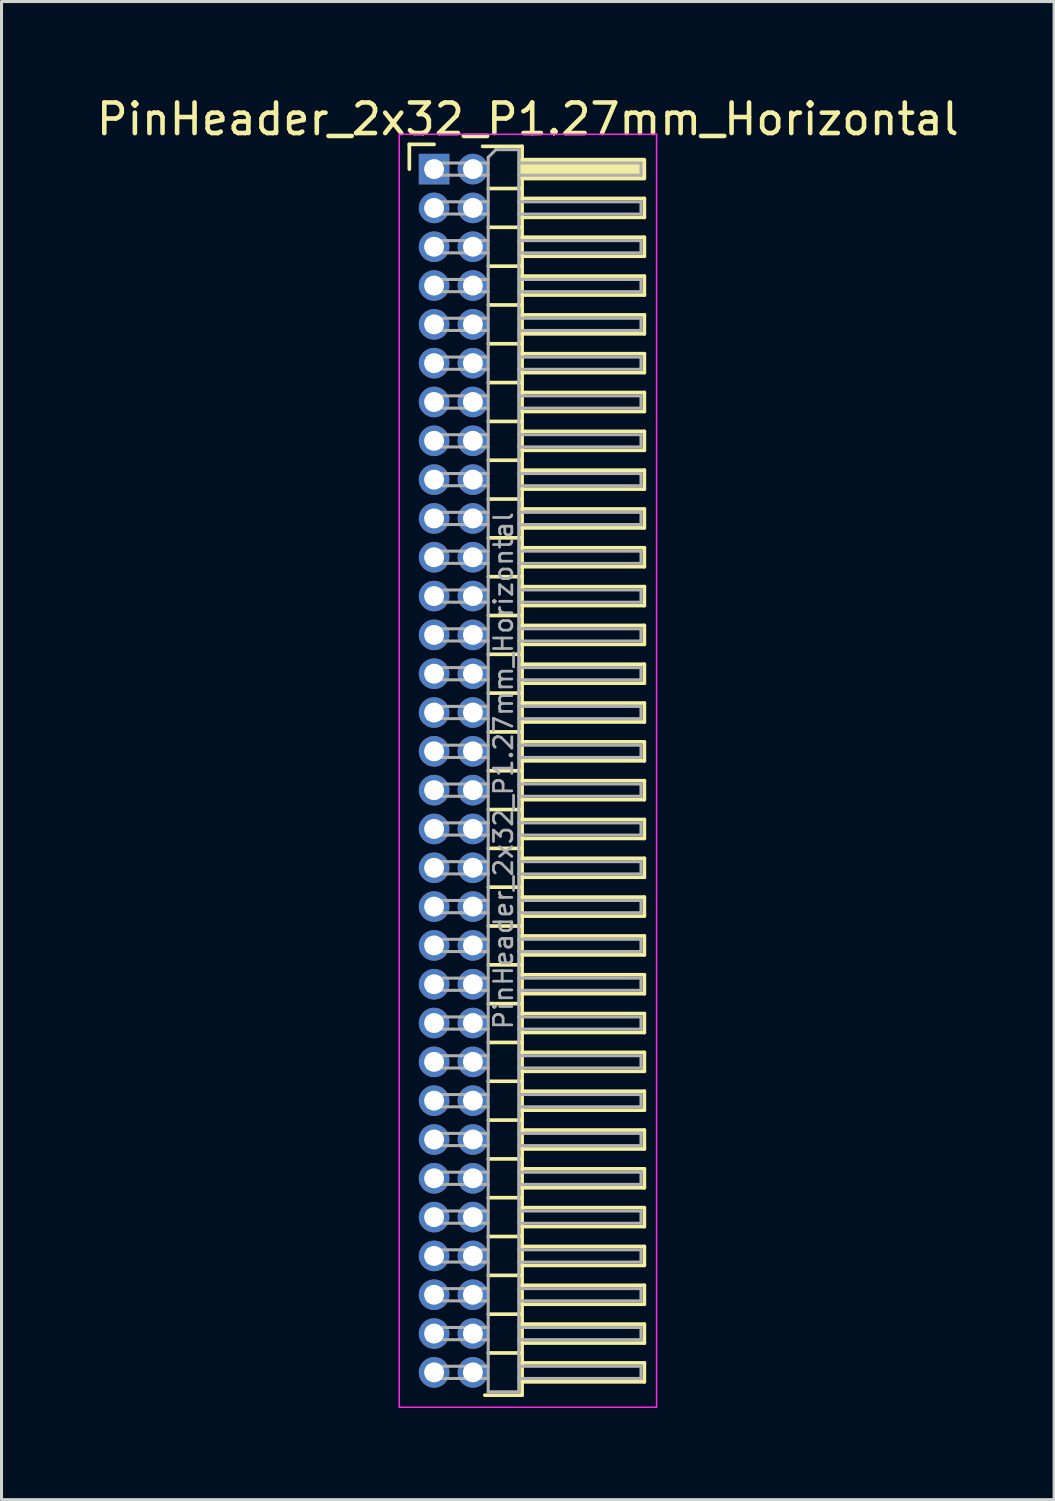
<source format=kicad_pcb>
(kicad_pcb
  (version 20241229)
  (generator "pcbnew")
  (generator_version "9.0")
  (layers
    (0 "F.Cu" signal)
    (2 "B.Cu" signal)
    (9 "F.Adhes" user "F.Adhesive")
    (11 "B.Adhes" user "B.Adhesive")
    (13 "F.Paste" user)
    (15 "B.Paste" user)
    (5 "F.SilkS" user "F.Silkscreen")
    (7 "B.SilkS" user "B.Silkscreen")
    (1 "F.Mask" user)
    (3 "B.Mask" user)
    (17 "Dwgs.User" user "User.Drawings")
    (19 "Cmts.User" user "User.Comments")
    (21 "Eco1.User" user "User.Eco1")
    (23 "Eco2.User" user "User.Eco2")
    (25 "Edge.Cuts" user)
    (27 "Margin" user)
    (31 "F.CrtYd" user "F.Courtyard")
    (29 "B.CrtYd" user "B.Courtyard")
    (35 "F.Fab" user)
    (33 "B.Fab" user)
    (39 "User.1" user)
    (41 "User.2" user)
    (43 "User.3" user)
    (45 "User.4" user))
  (footprint "PinHeader_2x32_P1.27mm_Horizontal"
    (layer "F.Cu")
    (at 11.153 2.483)
    (property "Reference" "PinHeader_2x32_P1.27mm_Horizontal" (at 3.067 -1.635 0) (layer "F.SilkS") (effects (font (size 1 1) (thickness 0.15))))
    (attr through_hole)
    (fp_line (start -0.81 -0.81) (end 0 -0.81) (stroke (width 0.12) (type solid)) (layer "F.SilkS"))
    (fp_line (start -0.81 0) (end -0.81 -0.81) (stroke (width 0.12) (type solid)) (layer "F.SilkS"))
    (fp_line (start 1.588 -0.745) (end 2.88 -0.745) (stroke (width 0.12) (type solid)) (layer "F.SilkS"))
    (fp_line (start 1.773 0.635) (end 2.88 0.635) (stroke (width 0.12) (type solid)) (layer "F.SilkS"))
    (fp_line (start 1.773 1.905) (end 2.88 1.905) (stroke (width 0.12) (type solid)) (layer "F.SilkS"))
    (fp_line (start 1.773 3.175) (end 2.88 3.175) (stroke (width 0.12) (type solid)) (layer "F.SilkS"))
    (fp_line (start 1.773 4.445) (end 2.88 4.445) (stroke (width 0.12) (type solid)) (layer "F.SilkS"))
    (fp_line (start 1.773 5.715) (end 2.88 5.715) (stroke (width 0.12) (type solid)) (layer "F.SilkS"))
    (fp_line (start 1.773 6.985) (end 2.88 6.985) (stroke (width 0.12) (type solid)) (layer "F.SilkS"))
    (fp_line (start 1.773 8.255) (end 2.88 8.255) (stroke (width 0.12) (type solid)) (layer "F.SilkS"))
    (fp_line (start 1.773 9.525) (end 2.88 9.525) (stroke (width 0.12) (type solid)) (layer "F.SilkS"))
    (fp_line (start 1.773 10.795) (end 2.88 10.795) (stroke (width 0.12) (type solid)) (layer "F.SilkS"))
    (fp_line (start 1.773 12.065) (end 2.88 12.065) (stroke (width 0.12) (type solid)) (layer "F.SilkS"))
    (fp_line (start 1.773 13.335) (end 2.88 13.335) (stroke (width 0.12) (type solid)) (layer "F.SilkS"))
    (fp_line (start 1.773 14.605) (end 2.88 14.605) (stroke (width 0.12) (type solid)) (layer "F.SilkS"))
    (fp_line (start 1.773 15.875) (end 2.88 15.875) (stroke (width 0.12) (type solid)) (layer "F.SilkS"))
    (fp_line (start 1.773 17.145) (end 2.88 17.145) (stroke (width 0.12) (type solid)) (layer "F.SilkS"))
    (fp_line (start 1.773 18.415) (end 2.88 18.415) (stroke (width 0.12) (type solid)) (layer "F.SilkS"))
    (fp_line (start 1.773 19.685) (end 2.88 19.685) (stroke (width 0.12) (type solid)) (layer "F.SilkS"))
    (fp_line (start 1.773 20.955) (end 2.88 20.955) (stroke (width 0.12) (type solid)) (layer "F.SilkS"))
    (fp_line (start 1.773 22.225) (end 2.88 22.225) (stroke (width 0.12) (type solid)) (layer "F.SilkS"))
    (fp_line (start 1.773 23.495) (end 2.88 23.495) (stroke (width 0.12) (type solid)) (layer "F.SilkS"))
    (fp_line (start 1.773 24.765) (end 2.88 24.765) (stroke (width 0.12) (type solid)) (layer "F.SilkS"))
    (fp_line (start 1.773 26.035) (end 2.88 26.035) (stroke (width 0.12) (type solid)) (layer "F.SilkS"))
    (fp_line (start 1.773 27.305) (end 2.88 27.305) (stroke (width 0.12) (type solid)) (layer "F.SilkS"))
    (fp_line (start 1.773 28.575) (end 2.88 28.575) (stroke (width 0.12) (type solid)) (layer "F.SilkS"))
    (fp_line (start 1.773 29.845) (end 2.88 29.845) (stroke (width 0.12) (type solid)) (layer "F.SilkS"))
    (fp_line (start 1.773 31.115) (end 2.88 31.115) (stroke (width 0.12) (type solid)) (layer "F.SilkS"))
    (fp_line (start 1.773 32.385) (end 2.88 32.385) (stroke (width 0.12) (type solid)) (layer "F.SilkS"))
    (fp_line (start 1.773 33.655) (end 2.88 33.655) (stroke (width 0.12) (type solid)) (layer "F.SilkS"))
    (fp_line (start 1.773 34.925) (end 2.88 34.925) (stroke (width 0.12) (type solid)) (layer "F.SilkS"))
    (fp_line (start 1.773 36.195) (end 2.88 36.195) (stroke (width 0.12) (type solid)) (layer "F.SilkS"))
    (fp_line (start 1.773 37.465) (end 2.88 37.465) (stroke (width 0.12) (type solid)) (layer "F.SilkS"))
    (fp_line (start 1.773 38.735) (end 2.88 38.735) (stroke (width 0.12) (type solid)) (layer "F.SilkS"))
    (fp_line (start 2.88 -0.745) (end 2.88 40.115) (stroke (width 0.12) (type solid)) (layer "F.SilkS"))
    (fp_line (start 2.88 0.96) (end 6.88 0.96) (stroke (width 0.12) (type solid)) (layer "F.SilkS"))
    (fp_line (start 2.88 2.23) (end 6.88 2.23) (stroke (width 0.12) (type solid)) (layer "F.SilkS"))
    (fp_line (start 2.88 3.5) (end 6.88 3.5) (stroke (width 0.12) (type solid)) (layer "F.SilkS"))
    (fp_line (start 2.88 4.77) (end 6.88 4.77) (stroke (width 0.12) (type solid)) (layer "F.SilkS"))
    (fp_line (start 2.88 6.04) (end 6.88 6.04) (stroke (width 0.12) (type solid)) (layer "F.SilkS"))
    (fp_line (start 2.88 7.31) (end 6.88 7.31) (stroke (width 0.12) (type solid)) (layer "F.SilkS"))
    (fp_line (start 2.88 8.58) (end 6.88 8.58) (stroke (width 0.12) (type solid)) (layer "F.SilkS"))
    (fp_line (start 2.88 9.85) (end 6.88 9.85) (stroke (width 0.12) (type solid)) (layer "F.SilkS"))
    (fp_line (start 2.88 11.12) (end 6.88 11.12) (stroke (width 0.12) (type solid)) (layer "F.SilkS"))
    (fp_line (start 2.88 12.39) (end 6.88 12.39) (stroke (width 0.12) (type solid)) (layer "F.SilkS"))
    (fp_line (start 2.88 13.66) (end 6.88 13.66) (stroke (width 0.12) (type solid)) (layer "F.SilkS"))
    (fp_line (start 2.88 14.93) (end 6.88 14.93) (stroke (width 0.12) (type solid)) (layer "F.SilkS"))
    (fp_line (start 2.88 16.2) (end 6.88 16.2) (stroke (width 0.12) (type solid)) (layer "F.SilkS"))
    (fp_line (start 2.88 17.47) (end 6.88 17.47) (stroke (width 0.12) (type solid)) (layer "F.SilkS"))
    (fp_line (start 2.88 18.74) (end 6.88 18.74) (stroke (width 0.12) (type solid)) (layer "F.SilkS"))
    (fp_line (start 2.88 20.01) (end 6.88 20.01) (stroke (width 0.12) (type solid)) (layer "F.SilkS"))
    (fp_line (start 2.88 21.28) (end 6.88 21.28) (stroke (width 0.12) (type solid)) (layer "F.SilkS"))
    (fp_line (start 2.88 22.55) (end 6.88 22.55) (stroke (width 0.12) (type solid)) (layer "F.SilkS"))
    (fp_line (start 2.88 23.82) (end 6.88 23.82) (stroke (width 0.12) (type solid)) (layer "F.SilkS"))
    (fp_line (start 2.88 25.09) (end 6.88 25.09) (stroke (width 0.12) (type solid)) (layer "F.SilkS"))
    (fp_line (start 2.88 26.36) (end 6.88 26.36) (stroke (width 0.12) (type solid)) (layer "F.SilkS"))
    (fp_line (start 2.88 27.63) (end 6.88 27.63) (stroke (width 0.12) (type solid)) (layer "F.SilkS"))
    (fp_line (start 2.88 28.9) (end 6.88 28.9) (stroke (width 0.12) (type solid)) (layer "F.SilkS"))
    (fp_line (start 2.88 30.17) (end 6.88 30.17) (stroke (width 0.12) (type solid)) (layer "F.SilkS"))
    (fp_line (start 2.88 31.44) (end 6.88 31.44) (stroke (width 0.12) (type solid)) (layer "F.SilkS"))
    (fp_line (start 2.88 32.71) (end 6.88 32.71) (stroke (width 0.12) (type solid)) (layer "F.SilkS"))
    (fp_line (start 2.88 33.98) (end 6.88 33.98) (stroke (width 0.12) (type solid)) (layer "F.SilkS"))
    (fp_line (start 2.88 35.25) (end 6.88 35.25) (stroke (width 0.12) (type solid)) (layer "F.SilkS"))
    (fp_line (start 2.88 36.52) (end 6.88 36.52) (stroke (width 0.12) (type solid)) (layer "F.SilkS"))
    (fp_line (start 2.88 37.79) (end 6.88 37.79) (stroke (width 0.12) (type solid)) (layer "F.SilkS"))
    (fp_line (start 2.88 39.06) (end 6.88 39.06) (stroke (width 0.12) (type solid)) (layer "F.SilkS"))
    (fp_line (start 2.88 40.115) (end 1.66 40.115) (stroke (width 0.12) (type solid)) (layer "F.SilkS"))
    (fp_line (start 6.88 0.96) (end 6.88 1.58) (stroke (width 0.12) (type solid)) (layer "F.SilkS"))
    (fp_line (start 6.88 1.58) (end 2.88 1.58) (stroke (width 0.12) (type solid)) (layer "F.SilkS"))
    (fp_line (start 6.88 2.23) (end 6.88 2.85) (stroke (width 0.12) (type solid)) (layer "F.SilkS"))
    (fp_line (start 6.88 2.85) (end 2.88 2.85) (stroke (width 0.12) (type solid)) (layer "F.SilkS"))
    (fp_line (start 6.88 3.5) (end 6.88 4.12) (stroke (width 0.12) (type solid)) (layer "F.SilkS"))
    (fp_line (start 6.88 4.12) (end 2.88 4.12) (stroke (width 0.12) (type solid)) (layer "F.SilkS"))
    (fp_line (start 6.88 4.77) (end 6.88 5.39) (stroke (width 0.12) (type solid)) (layer "F.SilkS"))
    (fp_line (start 6.88 5.39) (end 2.88 5.39) (stroke (width 0.12) (type solid)) (layer "F.SilkS"))
    (fp_line (start 6.88 6.04) (end 6.88 6.66) (stroke (width 0.12) (type solid)) (layer "F.SilkS"))
    (fp_line (start 6.88 6.66) (end 2.88 6.66) (stroke (width 0.12) (type solid)) (layer "F.SilkS"))
    (fp_line (start 6.88 7.31) (end 6.88 7.93) (stroke (width 0.12) (type solid)) (layer "F.SilkS"))
    (fp_line (start 6.88 7.93) (end 2.88 7.93) (stroke (width 0.12) (type solid)) (layer "F.SilkS"))
    (fp_line (start 6.88 8.58) (end 6.88 9.2) (stroke (width 0.12) (type solid)) (layer "F.SilkS"))
    (fp_line (start 6.88 9.2) (end 2.88 9.2) (stroke (width 0.12) (type solid)) (layer "F.SilkS"))
    (fp_line (start 6.88 9.85) (end 6.88 10.47) (stroke (width 0.12) (type solid)) (layer "F.SilkS"))
    (fp_line (start 6.88 10.47) (end 2.88 10.47) (stroke (width 0.12) (type solid)) (layer "F.SilkS"))
    (fp_line (start 6.88 11.12) (end 6.88 11.74) (stroke (width 0.12) (type solid)) (layer "F.SilkS"))
    (fp_line (start 6.88 11.74) (end 2.88 11.74) (stroke (width 0.12) (type solid)) (layer "F.SilkS"))
    (fp_line (start 6.88 12.39) (end 6.88 13.01) (stroke (width 0.12) (type solid)) (layer "F.SilkS"))
    (fp_line (start 6.88 13.01) (end 2.88 13.01) (stroke (width 0.12) (type solid)) (layer "F.SilkS"))
    (fp_line (start 6.88 13.66) (end 6.88 14.28) (stroke (width 0.12) (type solid)) (layer "F.SilkS"))
    (fp_line (start 6.88 14.28) (end 2.88 14.28) (stroke (width 0.12) (type solid)) (layer "F.SilkS"))
    (fp_line (start 6.88 14.93) (end 6.88 15.55) (stroke (width 0.12) (type solid)) (layer "F.SilkS"))
    (fp_line (start 6.88 15.55) (end 2.88 15.55) (stroke (width 0.12) (type solid)) (layer "F.SilkS"))
    (fp_line (start 6.88 16.2) (end 6.88 16.82) (stroke (width 0.12) (type solid)) (layer "F.SilkS"))
    (fp_line (start 6.88 16.82) (end 2.88 16.82) (stroke (width 0.12) (type solid)) (layer "F.SilkS"))
    (fp_line (start 6.88 17.47) (end 6.88 18.09) (stroke (width 0.12) (type solid)) (layer "F.SilkS"))
    (fp_line (start 6.88 18.09) (end 2.88 18.09) (stroke (width 0.12) (type solid)) (layer "F.SilkS"))
    (fp_line (start 6.88 18.74) (end 6.88 19.36) (stroke (width 0.12) (type solid)) (layer "F.SilkS"))
    (fp_line (start 6.88 19.36) (end 2.88 19.36) (stroke (width 0.12) (type solid)) (layer "F.SilkS"))
    (fp_line (start 6.88 20.01) (end 6.88 20.63) (stroke (width 0.12) (type solid)) (layer "F.SilkS"))
    (fp_line (start 6.88 20.63) (end 2.88 20.63) (stroke (width 0.12) (type solid)) (layer "F.SilkS"))
    (fp_line (start 6.88 21.28) (end 6.88 21.9) (stroke (width 0.12) (type solid)) (layer "F.SilkS"))
    (fp_line (start 6.88 21.9) (end 2.88 21.9) (stroke (width 0.12) (type solid)) (layer "F.SilkS"))
    (fp_line (start 6.88 22.55) (end 6.88 23.17) (stroke (width 0.12) (type solid)) (layer "F.SilkS"))
    (fp_line (start 6.88 23.17) (end 2.88 23.17) (stroke (width 0.12) (type solid)) (layer "F.SilkS"))
    (fp_line (start 6.88 23.82) (end 6.88 24.44) (stroke (width 0.12) (type solid)) (layer "F.SilkS"))
    (fp_line (start 6.88 24.44) (end 2.88 24.44) (stroke (width 0.12) (type solid)) (layer "F.SilkS"))
    (fp_line (start 6.88 25.09) (end 6.88 25.71) (stroke (width 0.12) (type solid)) (layer "F.SilkS"))
    (fp_line (start 6.88 25.71) (end 2.88 25.71) (stroke (width 0.12) (type solid)) (layer "F.SilkS"))
    (fp_line (start 6.88 26.36) (end 6.88 26.98) (stroke (width 0.12) (type solid)) (layer "F.SilkS"))
    (fp_line (start 6.88 26.98) (end 2.88 26.98) (stroke (width 0.12) (type solid)) (layer "F.SilkS"))
    (fp_line (start 6.88 27.63) (end 6.88 28.25) (stroke (width 0.12) (type solid)) (layer "F.SilkS"))
    (fp_line (start 6.88 28.25) (end 2.88 28.25) (stroke (width 0.12) (type solid)) (layer "F.SilkS"))
    (fp_line (start 6.88 28.9) (end 6.88 29.52) (stroke (width 0.12) (type solid)) (layer "F.SilkS"))
    (fp_line (start 6.88 29.52) (end 2.88 29.52) (stroke (width 0.12) (type solid)) (layer "F.SilkS"))
    (fp_line (start 6.88 30.17) (end 6.88 30.79) (stroke (width 0.12) (type solid)) (layer "F.SilkS"))
    (fp_line (start 6.88 30.79) (end 2.88 30.79) (stroke (width 0.12) (type solid)) (layer "F.SilkS"))
    (fp_line (start 6.88 31.44) (end 6.88 32.06) (stroke (width 0.12) (type solid)) (layer "F.SilkS"))
    (fp_line (start 6.88 32.06) (end 2.88 32.06) (stroke (width 0.12) (type solid)) (layer "F.SilkS"))
    (fp_line (start 6.88 32.71) (end 6.88 33.33) (stroke (width 0.12) (type solid)) (layer "F.SilkS"))
    (fp_line (start 6.88 33.33) (end 2.88 33.33) (stroke (width 0.12) (type solid)) (layer "F.SilkS"))
    (fp_line (start 6.88 33.98) (end 6.88 34.6) (stroke (width 0.12) (type solid)) (layer "F.SilkS"))
    (fp_line (start 6.88 34.6) (end 2.88 34.6) (stroke (width 0.12) (type solid)) (layer "F.SilkS"))
    (fp_line (start 6.88 35.25) (end 6.88 35.87) (stroke (width 0.12) (type solid)) (layer "F.SilkS"))
    (fp_line (start 6.88 35.87) (end 2.88 35.87) (stroke (width 0.12) (type solid)) (layer "F.SilkS"))
    (fp_line (start 6.88 36.52) (end 6.88 37.14) (stroke (width 0.12) (type solid)) (layer "F.SilkS"))
    (fp_line (start 6.88 37.14) (end 2.88 37.14) (stroke (width 0.12) (type solid)) (layer "F.SilkS"))
    (fp_line (start 6.88 37.79) (end 6.88 38.41) (stroke (width 0.12) (type solid)) (layer "F.SilkS"))
    (fp_line (start 6.88 38.41) (end 2.88 38.41) (stroke (width 0.12) (type solid)) (layer "F.SilkS"))
    (fp_line (start 6.88 39.06) (end 6.88 39.68) (stroke (width 0.12) (type solid)) (layer "F.SilkS"))
    (fp_line (start 6.88 39.68) (end 2.88 39.68) (stroke (width 0.12) (type solid)) (layer "F.SilkS"))
    (fp_rect (start 2.88 -0.31) (end 6.88 0.31) (stroke (width 0.12) (type solid)) (fill yes) (layer "F.SilkS"))
    (fp_line (start -1.14 -1.14) (end -1.14 40.51) (stroke (width 0.05) (type solid)) (layer "F.CrtYd"))
    (fp_line (start -1.14 40.51) (end 7.28 40.51) (stroke (width 0.05) (type solid)) (layer "F.CrtYd"))
    (fp_line (start 7.28 -1.14) (end -1.14 -1.14) (stroke (width 0.05) (type solid)) (layer "F.CrtYd"))
    (fp_line (start 7.28 40.51) (end 7.28 -1.14) (stroke (width 0.05) (type solid)) (layer "F.CrtYd"))
    (fp_line (start -0.2 -0.2) (end -0.2 0.2) (stroke (width 0.1) (type solid)) (layer "F.Fab"))
    (fp_line (start -0.2 -0.2) (end 1.77 -0.2) (stroke (width 0.1) (type solid)) (layer "F.Fab"))
    (fp_line (start -0.2 0.2) (end 1.77 0.2) (stroke (width 0.1) (type solid)) (layer "F.Fab"))
    (fp_line (start -0.2 1.07) (end -0.2 1.47) (stroke (width 0.1) (type solid)) (layer "F.Fab"))
    (fp_line (start -0.2 1.07) (end 1.77 1.07) (stroke (width 0.1) (type solid)) (layer "F.Fab"))
    (fp_line (start -0.2 1.47) (end 1.77 1.47) (stroke (width 0.1) (type solid)) (layer "F.Fab"))
    (fp_line (start -0.2 2.34) (end -0.2 2.74) (stroke (width 0.1) (type solid)) (layer "F.Fab"))
    (fp_line (start -0.2 2.34) (end 1.77 2.34) (stroke (width 0.1) (type solid)) (layer "F.Fab"))
    (fp_line (start -0.2 2.74) (end 1.77 2.74) (stroke (width 0.1) (type solid)) (layer "F.Fab"))
    (fp_line (start -0.2 3.61) (end -0.2 4.01) (stroke (width 0.1) (type solid)) (layer "F.Fab"))
    (fp_line (start -0.2 3.61) (end 1.77 3.61) (stroke (width 0.1) (type solid)) (layer "F.Fab"))
    (fp_line (start -0.2 4.01) (end 1.77 4.01) (stroke (width 0.1) (type solid)) (layer "F.Fab"))
    (fp_line (start -0.2 4.88) (end -0.2 5.28) (stroke (width 0.1) (type solid)) (layer "F.Fab"))
    (fp_line (start -0.2 4.88) (end 1.77 4.88) (stroke (width 0.1) (type solid)) (layer "F.Fab"))
    (fp_line (start -0.2 5.28) (end 1.77 5.28) (stroke (width 0.1) (type solid)) (layer "F.Fab"))
    (fp_line (start -0.2 6.15) (end -0.2 6.55) (stroke (width 0.1) (type solid)) (layer "F.Fab"))
    (fp_line (start -0.2 6.15) (end 1.77 6.15) (stroke (width 0.1) (type solid)) (layer "F.Fab"))
    (fp_line (start -0.2 6.55) (end 1.77 6.55) (stroke (width 0.1) (type solid)) (layer "F.Fab"))
    (fp_line (start -0.2 7.42) (end -0.2 7.82) (stroke (width 0.1) (type solid)) (layer "F.Fab"))
    (fp_line (start -0.2 7.42) (end 1.77 7.42) (stroke (width 0.1) (type solid)) (layer "F.Fab"))
    (fp_line (start -0.2 7.82) (end 1.77 7.82) (stroke (width 0.1) (type solid)) (layer "F.Fab"))
    (fp_line (start -0.2 8.69) (end -0.2 9.09) (stroke (width 0.1) (type solid)) (layer "F.Fab"))
    (fp_line (start -0.2 8.69) (end 1.77 8.69) (stroke (width 0.1) (type solid)) (layer "F.Fab"))
    (fp_line (start -0.2 9.09) (end 1.77 9.09) (stroke (width 0.1) (type solid)) (layer "F.Fab"))
    (fp_line (start -0.2 9.96) (end -0.2 10.36) (stroke (width 0.1) (type solid)) (layer "F.Fab"))
    (fp_line (start -0.2 9.96) (end 1.77 9.96) (stroke (width 0.1) (type solid)) (layer "F.Fab"))
    (fp_line (start -0.2 10.36) (end 1.77 10.36) (stroke (width 0.1) (type solid)) (layer "F.Fab"))
    (fp_line (start -0.2 11.23) (end -0.2 11.63) (stroke (width 0.1) (type solid)) (layer "F.Fab"))
    (fp_line (start -0.2 11.23) (end 1.77 11.23) (stroke (width 0.1) (type solid)) (layer "F.Fab"))
    (fp_line (start -0.2 11.63) (end 1.77 11.63) (stroke (width 0.1) (type solid)) (layer "F.Fab"))
    (fp_line (start -0.2 12.5) (end -0.2 12.9) (stroke (width 0.1) (type solid)) (layer "F.Fab"))
    (fp_line (start -0.2 12.5) (end 1.77 12.5) (stroke (width 0.1) (type solid)) (layer "F.Fab"))
    (fp_line (start -0.2 12.9) (end 1.77 12.9) (stroke (width 0.1) (type solid)) (layer "F.Fab"))
    (fp_line (start -0.2 13.77) (end -0.2 14.17) (stroke (width 0.1) (type solid)) (layer "F.Fab"))
    (fp_line (start -0.2 13.77) (end 1.77 13.77) (stroke (width 0.1) (type solid)) (layer "F.Fab"))
    (fp_line (start -0.2 14.17) (end 1.77 14.17) (stroke (width 0.1) (type solid)) (layer "F.Fab"))
    (fp_line (start -0.2 15.04) (end -0.2 15.44) (stroke (width 0.1) (type solid)) (layer "F.Fab"))
    (fp_line (start -0.2 15.04) (end 1.77 15.04) (stroke (width 0.1) (type solid)) (layer "F.Fab"))
    (fp_line (start -0.2 15.44) (end 1.77 15.44) (stroke (width 0.1) (type solid)) (layer "F.Fab"))
    (fp_line (start -0.2 16.31) (end -0.2 16.71) (stroke (width 0.1) (type solid)) (layer "F.Fab"))
    (fp_line (start -0.2 16.31) (end 1.77 16.31) (stroke (width 0.1) (type solid)) (layer "F.Fab"))
    (fp_line (start -0.2 16.71) (end 1.77 16.71) (stroke (width 0.1) (type solid)) (layer "F.Fab"))
    (fp_line (start -0.2 17.58) (end -0.2 17.98) (stroke (width 0.1) (type solid)) (layer "F.Fab"))
    (fp_line (start -0.2 17.58) (end 1.77 17.58) (stroke (width 0.1) (type solid)) (layer "F.Fab"))
    (fp_line (start -0.2 17.98) (end 1.77 17.98) (stroke (width 0.1) (type solid)) (layer "F.Fab"))
    (fp_line (start -0.2 18.85) (end -0.2 19.25) (stroke (width 0.1) (type solid)) (layer "F.Fab"))
    (fp_line (start -0.2 18.85) (end 1.77 18.85) (stroke (width 0.1) (type solid)) (layer "F.Fab"))
    (fp_line (start -0.2 19.25) (end 1.77 19.25) (stroke (width 0.1) (type solid)) (layer "F.Fab"))
    (fp_line (start -0.2 20.12) (end -0.2 20.52) (stroke (width 0.1) (type solid)) (layer "F.Fab"))
    (fp_line (start -0.2 20.12) (end 1.77 20.12) (stroke (width 0.1) (type solid)) (layer "F.Fab"))
    (fp_line (start -0.2 20.52) (end 1.77 20.52) (stroke (width 0.1) (type solid)) (layer "F.Fab"))
    (fp_line (start -0.2 21.39) (end -0.2 21.79) (stroke (width 0.1) (type solid)) (layer "F.Fab"))
    (fp_line (start -0.2 21.39) (end 1.77 21.39) (stroke (width 0.1) (type solid)) (layer "F.Fab"))
    (fp_line (start -0.2 21.79) (end 1.77 21.79) (stroke (width 0.1) (type solid)) (layer "F.Fab"))
    (fp_line (start -0.2 22.66) (end -0.2 23.06) (stroke (width 0.1) (type solid)) (layer "F.Fab"))
    (fp_line (start -0.2 22.66) (end 1.77 22.66) (stroke (width 0.1) (type solid)) (layer "F.Fab"))
    (fp_line (start -0.2 23.06) (end 1.77 23.06) (stroke (width 0.1) (type solid)) (layer "F.Fab"))
    (fp_line (start -0.2 23.93) (end -0.2 24.33) (stroke (width 0.1) (type solid)) (layer "F.Fab"))
    (fp_line (start -0.2 23.93) (end 1.77 23.93) (stroke (width 0.1) (type solid)) (layer "F.Fab"))
    (fp_line (start -0.2 24.33) (end 1.77 24.33) (stroke (width 0.1) (type solid)) (layer "F.Fab"))
    (fp_line (start -0.2 25.2) (end -0.2 25.6) (stroke (width 0.1) (type solid)) (layer "F.Fab"))
    (fp_line (start -0.2 25.2) (end 1.77 25.2) (stroke (width 0.1) (type solid)) (layer "F.Fab"))
    (fp_line (start -0.2 25.6) (end 1.77 25.6) (stroke (width 0.1) (type solid)) (layer "F.Fab"))
    (fp_line (start -0.2 26.47) (end -0.2 26.87) (stroke (width 0.1) (type solid)) (layer "F.Fab"))
    (fp_line (start -0.2 26.47) (end 1.77 26.47) (stroke (width 0.1) (type solid)) (layer "F.Fab"))
    (fp_line (start -0.2 26.87) (end 1.77 26.87) (stroke (width 0.1) (type solid)) (layer "F.Fab"))
    (fp_line (start -0.2 27.74) (end -0.2 28.14) (stroke (width 0.1) (type solid)) (layer "F.Fab"))
    (fp_line (start -0.2 27.74) (end 1.77 27.74) (stroke (width 0.1) (type solid)) (layer "F.Fab"))
    (fp_line (start -0.2 28.14) (end 1.77 28.14) (stroke (width 0.1) (type solid)) (layer "F.Fab"))
    (fp_line (start -0.2 29.01) (end -0.2 29.41) (stroke (width 0.1) (type solid)) (layer "F.Fab"))
    (fp_line (start -0.2 29.01) (end 1.77 29.01) (stroke (width 0.1) (type solid)) (layer "F.Fab"))
    (fp_line (start -0.2 29.41) (end 1.77 29.41) (stroke (width 0.1) (type solid)) (layer "F.Fab"))
    (fp_line (start -0.2 30.28) (end -0.2 30.68) (stroke (width 0.1) (type solid)) (layer "F.Fab"))
    (fp_line (start -0.2 30.28) (end 1.77 30.28) (stroke (width 0.1) (type solid)) (layer "F.Fab"))
    (fp_line (start -0.2 30.68) (end 1.77 30.68) (stroke (width 0.1) (type solid)) (layer "F.Fab"))
    (fp_line (start -0.2 31.55) (end -0.2 31.95) (stroke (width 0.1) (type solid)) (layer "F.Fab"))
    (fp_line (start -0.2 31.55) (end 1.77 31.55) (stroke (width 0.1) (type solid)) (layer "F.Fab"))
    (fp_line (start -0.2 31.95) (end 1.77 31.95) (stroke (width 0.1) (type solid)) (layer "F.Fab"))
    (fp_line (start -0.2 32.82) (end -0.2 33.22) (stroke (width 0.1) (type solid)) (layer "F.Fab"))
    (fp_line (start -0.2 32.82) (end 1.77 32.82) (stroke (width 0.1) (type solid)) (layer "F.Fab"))
    (fp_line (start -0.2 33.22) (end 1.77 33.22) (stroke (width 0.1) (type solid)) (layer "F.Fab"))
    (fp_line (start -0.2 34.09) (end -0.2 34.49) (stroke (width 0.1) (type solid)) (layer "F.Fab"))
    (fp_line (start -0.2 34.09) (end 1.77 34.09) (stroke (width 0.1) (type solid)) (layer "F.Fab"))
    (fp_line (start -0.2 34.49) (end 1.77 34.49) (stroke (width 0.1) (type solid)) (layer "F.Fab"))
    (fp_line (start -0.2 35.36) (end -0.2 35.76) (stroke (width 0.1) (type solid)) (layer "F.Fab"))
    (fp_line (start -0.2 35.36) (end 1.77 35.36) (stroke (width 0.1) (type solid)) (layer "F.Fab"))
    (fp_line (start -0.2 35.76) (end 1.77 35.76) (stroke (width 0.1) (type solid)) (layer "F.Fab"))
    (fp_line (start -0.2 36.63) (end -0.2 37.03) (stroke (width 0.1) (type solid)) (layer "F.Fab"))
    (fp_line (start -0.2 36.63) (end 1.77 36.63) (stroke (width 0.1) (type solid)) (layer "F.Fab"))
    (fp_line (start -0.2 37.03) (end 1.77 37.03) (stroke (width 0.1) (type solid)) (layer "F.Fab"))
    (fp_line (start -0.2 37.9) (end -0.2 38.3) (stroke (width 0.1) (type solid)) (layer "F.Fab"))
    (fp_line (start -0.2 37.9) (end 1.77 37.9) (stroke (width 0.1) (type solid)) (layer "F.Fab"))
    (fp_line (start -0.2 38.3) (end 1.77 38.3) (stroke (width 0.1) (type solid)) (layer "F.Fab"))
    (fp_line (start -0.2 39.17) (end -0.2 39.57) (stroke (width 0.1) (type solid)) (layer "F.Fab"))
    (fp_line (start -0.2 39.17) (end 1.77 39.17) (stroke (width 0.1) (type solid)) (layer "F.Fab"))
    (fp_line (start -0.2 39.57) (end 1.77 39.57) (stroke (width 0.1) (type solid)) (layer "F.Fab"))
    (fp_line (start 1.77 -0.385) (end 2.02 -0.635) (stroke (width 0.1) (type solid)) (layer "F.Fab"))
    (fp_line (start 1.77 40.005) (end 1.77 -0.385) (stroke (width 0.1) (type solid)) (layer "F.Fab"))
    (fp_line (start 2.02 -0.635) (end 2.77 -0.635) (stroke (width 0.1) (type solid)) (layer "F.Fab"))
    (fp_line (start 2.77 -0.635) (end 2.77 40.005) (stroke (width 0.1) (type solid)) (layer "F.Fab"))
    (fp_line (start 2.77 -0.2) (end 6.77 -0.2) (stroke (width 0.1) (type solid)) (layer "F.Fab"))
    (fp_line (start 2.77 0.2) (end 6.77 0.2) (stroke (width 0.1) (type solid)) (layer "F.Fab"))
    (fp_line (start 2.77 1.07) (end 6.77 1.07) (stroke (width 0.1) (type solid)) (layer "F.Fab"))
    (fp_line (start 2.77 1.47) (end 6.77 1.47) (stroke (width 0.1) (type solid)) (layer "F.Fab"))
    (fp_line (start 2.77 2.34) (end 6.77 2.34) (stroke (width 0.1) (type solid)) (layer "F.Fab"))
    (fp_line (start 2.77 2.74) (end 6.77 2.74) (stroke (width 0.1) (type solid)) (layer "F.Fab"))
    (fp_line (start 2.77 3.61) (end 6.77 3.61) (stroke (width 0.1) (type solid)) (layer "F.Fab"))
    (fp_line (start 2.77 4.01) (end 6.77 4.01) (stroke (width 0.1) (type solid)) (layer "F.Fab"))
    (fp_line (start 2.77 4.88) (end 6.77 4.88) (stroke (width 0.1) (type solid)) (layer "F.Fab"))
    (fp_line (start 2.77 5.28) (end 6.77 5.28) (stroke (width 0.1) (type solid)) (layer "F.Fab"))
    (fp_line (start 2.77 6.15) (end 6.77 6.15) (stroke (width 0.1) (type solid)) (layer "F.Fab"))
    (fp_line (start 2.77 6.55) (end 6.77 6.55) (stroke (width 0.1) (type solid)) (layer "F.Fab"))
    (fp_line (start 2.77 7.42) (end 6.77 7.42) (stroke (width 0.1) (type solid)) (layer "F.Fab"))
    (fp_line (start 2.77 7.82) (end 6.77 7.82) (stroke (width 0.1) (type solid)) (layer "F.Fab"))
    (fp_line (start 2.77 8.69) (end 6.77 8.69) (stroke (width 0.1) (type solid)) (layer "F.Fab"))
    (fp_line (start 2.77 9.09) (end 6.77 9.09) (stroke (width 0.1) (type solid)) (layer "F.Fab"))
    (fp_line (start 2.77 9.96) (end 6.77 9.96) (stroke (width 0.1) (type solid)) (layer "F.Fab"))
    (fp_line (start 2.77 10.36) (end 6.77 10.36) (stroke (width 0.1) (type solid)) (layer "F.Fab"))
    (fp_line (start 2.77 11.23) (end 6.77 11.23) (stroke (width 0.1) (type solid)) (layer "F.Fab"))
    (fp_line (start 2.77 11.63) (end 6.77 11.63) (stroke (width 0.1) (type solid)) (layer "F.Fab"))
    (fp_line (start 2.77 12.5) (end 6.77 12.5) (stroke (width 0.1) (type solid)) (layer "F.Fab"))
    (fp_line (start 2.77 12.9) (end 6.77 12.9) (stroke (width 0.1) (type solid)) (layer "F.Fab"))
    (fp_line (start 2.77 13.77) (end 6.77 13.77) (stroke (width 0.1) (type solid)) (layer "F.Fab"))
    (fp_line (start 2.77 14.17) (end 6.77 14.17) (stroke (width 0.1) (type solid)) (layer "F.Fab"))
    (fp_line (start 2.77 15.04) (end 6.77 15.04) (stroke (width 0.1) (type solid)) (layer "F.Fab"))
    (fp_line (start 2.77 15.44) (end 6.77 15.44) (stroke (width 0.1) (type solid)) (layer "F.Fab"))
    (fp_line (start 2.77 16.31) (end 6.77 16.31) (stroke (width 0.1) (type solid)) (layer "F.Fab"))
    (fp_line (start 2.77 16.71) (end 6.77 16.71) (stroke (width 0.1) (type solid)) (layer "F.Fab"))
    (fp_line (start 2.77 17.58) (end 6.77 17.58) (stroke (width 0.1) (type solid)) (layer "F.Fab"))
    (fp_line (start 2.77 17.98) (end 6.77 17.98) (stroke (width 0.1) (type solid)) (layer "F.Fab"))
    (fp_line (start 2.77 18.85) (end 6.77 18.85) (stroke (width 0.1) (type solid)) (layer "F.Fab"))
    (fp_line (start 2.77 19.25) (end 6.77 19.25) (stroke (width 0.1) (type solid)) (layer "F.Fab"))
    (fp_line (start 2.77 20.12) (end 6.77 20.12) (stroke (width 0.1) (type solid)) (layer "F.Fab"))
    (fp_line (start 2.77 20.52) (end 6.77 20.52) (stroke (width 0.1) (type solid)) (layer "F.Fab"))
    (fp_line (start 2.77 21.39) (end 6.77 21.39) (stroke (width 0.1) (type solid)) (layer "F.Fab"))
    (fp_line (start 2.77 21.79) (end 6.77 21.79) (stroke (width 0.1) (type solid)) (layer "F.Fab"))
    (fp_line (start 2.77 22.66) (end 6.77 22.66) (stroke (width 0.1) (type solid)) (layer "F.Fab"))
    (fp_line (start 2.77 23.06) (end 6.77 23.06) (stroke (width 0.1) (type solid)) (layer "F.Fab"))
    (fp_line (start 2.77 23.93) (end 6.77 23.93) (stroke (width 0.1) (type solid)) (layer "F.Fab"))
    (fp_line (start 2.77 24.33) (end 6.77 24.33) (stroke (width 0.1) (type solid)) (layer "F.Fab"))
    (fp_line (start 2.77 25.2) (end 6.77 25.2) (stroke (width 0.1) (type solid)) (layer "F.Fab"))
    (fp_line (start 2.77 25.6) (end 6.77 25.6) (stroke (width 0.1) (type solid)) (layer "F.Fab"))
    (fp_line (start 2.77 26.47) (end 6.77 26.47) (stroke (width 0.1) (type solid)) (layer "F.Fab"))
    (fp_line (start 2.77 26.87) (end 6.77 26.87) (stroke (width 0.1) (type solid)) (layer "F.Fab"))
    (fp_line (start 2.77 27.74) (end 6.77 27.74) (stroke (width 0.1) (type solid)) (layer "F.Fab"))
    (fp_line (start 2.77 28.14) (end 6.77 28.14) (stroke (width 0.1) (type solid)) (layer "F.Fab"))
    (fp_line (start 2.77 29.01) (end 6.77 29.01) (stroke (width 0.1) (type solid)) (layer "F.Fab"))
    (fp_line (start 2.77 29.41) (end 6.77 29.41) (stroke (width 0.1) (type solid)) (layer "F.Fab"))
    (fp_line (start 2.77 30.28) (end 6.77 30.28) (stroke (width 0.1) (type solid)) (layer "F.Fab"))
    (fp_line (start 2.77 30.68) (end 6.77 30.68) (stroke (width 0.1) (type solid)) (layer "F.Fab"))
    (fp_line (start 2.77 31.55) (end 6.77 31.55) (stroke (width 0.1) (type solid)) (layer "F.Fab"))
    (fp_line (start 2.77 31.95) (end 6.77 31.95) (stroke (width 0.1) (type solid)) (layer "F.Fab"))
    (fp_line (start 2.77 32.82) (end 6.77 32.82) (stroke (width 0.1) (type solid)) (layer "F.Fab"))
    (fp_line (start 2.77 33.22) (end 6.77 33.22) (stroke (width 0.1) (type solid)) (layer "F.Fab"))
    (fp_line (start 2.77 34.09) (end 6.77 34.09) (stroke (width 0.1) (type solid)) (layer "F.Fab"))
    (fp_line (start 2.77 34.49) (end 6.77 34.49) (stroke (width 0.1) (type solid)) (layer "F.Fab"))
    (fp_line (start 2.77 35.36) (end 6.77 35.36) (stroke (width 0.1) (type solid)) (layer "F.Fab"))
    (fp_line (start 2.77 35.76) (end 6.77 35.76) (stroke (width 0.1) (type solid)) (layer "F.Fab"))
    (fp_line (start 2.77 36.63) (end 6.77 36.63) (stroke (width 0.1) (type solid)) (layer "F.Fab"))
    (fp_line (start 2.77 37.03) (end 6.77 37.03) (stroke (width 0.1) (type solid)) (layer "F.Fab"))
    (fp_line (start 2.77 37.9) (end 6.77 37.9) (stroke (width 0.1) (type solid)) (layer "F.Fab"))
    (fp_line (start 2.77 38.3) (end 6.77 38.3) (stroke (width 0.1) (type solid)) (layer "F.Fab"))
    (fp_line (start 2.77 39.17) (end 6.77 39.17) (stroke (width 0.1) (type solid)) (layer "F.Fab"))
    (fp_line (start 2.77 39.57) (end 6.77 39.57) (stroke (width 0.1) (type solid)) (layer "F.Fab"))
    (fp_line (start 2.77 40.005) (end 1.77 40.005) (stroke (width 0.1) (type solid)) (layer "F.Fab"))
    (fp_line (start 6.77 -0.2) (end 6.77 0.2) (stroke (width 0.1) (type solid)) (layer "F.Fab"))
    (fp_line (start 6.77 1.07) (end 6.77 1.47) (stroke (width 0.1) (type solid)) (layer "F.Fab"))
    (fp_line (start 6.77 2.34) (end 6.77 2.74) (stroke (width 0.1) (type solid)) (layer "F.Fab"))
    (fp_line (start 6.77 3.61) (end 6.77 4.01) (stroke (width 0.1) (type solid)) (layer "F.Fab"))
    (fp_line (start 6.77 4.88) (end 6.77 5.28) (stroke (width 0.1) (type solid)) (layer "F.Fab"))
    (fp_line (start 6.77 6.15) (end 6.77 6.55) (stroke (width 0.1) (type solid)) (layer "F.Fab"))
    (fp_line (start 6.77 7.42) (end 6.77 7.82) (stroke (width 0.1) (type solid)) (layer "F.Fab"))
    (fp_line (start 6.77 8.69) (end 6.77 9.09) (stroke (width 0.1) (type solid)) (layer "F.Fab"))
    (fp_line (start 6.77 9.96) (end 6.77 10.36) (stroke (width 0.1) (type solid)) (layer "F.Fab"))
    (fp_line (start 6.77 11.23) (end 6.77 11.63) (stroke (width 0.1) (type solid)) (layer "F.Fab"))
    (fp_line (start 6.77 12.5) (end 6.77 12.9) (stroke (width 0.1) (type solid)) (layer "F.Fab"))
    (fp_line (start 6.77 13.77) (end 6.77 14.17) (stroke (width 0.1) (type solid)) (layer "F.Fab"))
    (fp_line (start 6.77 15.04) (end 6.77 15.44) (stroke (width 0.1) (type solid)) (layer "F.Fab"))
    (fp_line (start 6.77 16.31) (end 6.77 16.71) (stroke (width 0.1) (type solid)) (layer "F.Fab"))
    (fp_line (start 6.77 17.58) (end 6.77 17.98) (stroke (width 0.1) (type solid)) (layer "F.Fab"))
    (fp_line (start 6.77 18.85) (end 6.77 19.25) (stroke (width 0.1) (type solid)) (layer "F.Fab"))
    (fp_line (start 6.77 20.12) (end 6.77 20.52) (stroke (width 0.1) (type solid)) (layer "F.Fab"))
    (fp_line (start 6.77 21.39) (end 6.77 21.79) (stroke (width 0.1) (type solid)) (layer "F.Fab"))
    (fp_line (start 6.77 22.66) (end 6.77 23.06) (stroke (width 0.1) (type solid)) (layer "F.Fab"))
    (fp_line (start 6.77 23.93) (end 6.77 24.33) (stroke (width 0.1) (type solid)) (layer "F.Fab"))
    (fp_line (start 6.77 25.2) (end 6.77 25.6) (stroke (width 0.1) (type solid)) (layer "F.Fab"))
    (fp_line (start 6.77 26.47) (end 6.77 26.87) (stroke (width 0.1) (type solid)) (layer "F.Fab"))
    (fp_line (start 6.77 27.74) (end 6.77 28.14) (stroke (width 0.1) (type solid)) (layer "F.Fab"))
    (fp_line (start 6.77 29.01) (end 6.77 29.41) (stroke (width 0.1) (type solid)) (layer "F.Fab"))
    (fp_line (start 6.77 30.28) (end 6.77 30.68) (stroke (width 0.1) (type solid)) (layer "F.Fab"))
    (fp_line (start 6.77 31.55) (end 6.77 31.95) (stroke (width 0.1) (type solid)) (layer "F.Fab"))
    (fp_line (start 6.77 32.82) (end 6.77 33.22) (stroke (width 0.1) (type solid)) (layer "F.Fab"))
    (fp_line (start 6.77 34.09) (end 6.77 34.49) (stroke (width 0.1) (type solid)) (layer "F.Fab"))
    (fp_line (start 6.77 35.36) (end 6.77 35.76) (stroke (width 0.1) (type solid)) (layer "F.Fab"))
    (fp_line (start 6.77 36.63) (end 6.77 37.03) (stroke (width 0.1) (type solid)) (layer "F.Fab"))
    (fp_line (start 6.77 37.9) (end 6.77 38.3) (stroke (width 0.1) (type solid)) (layer "F.Fab"))
    (fp_line (start 6.77 39.17) (end 6.77 39.57) (stroke (width 0.1) (type solid)) (layer "F.Fab"))
    (fp_text user "${REFERENCE}" (at 2.27 19.685 90) (layer "F.Fab") (effects (font (size 0.6 0.6) (thickness 0.09))))
    (pad "1" thru_hole rect (at 0 0) (size 1 1) (drill 0.65) (layers "*.Cu" "*.Mask"))
    (pad "2" thru_hole circle (at 1.27 0) (size 1 1) (drill 0.65) (layers "*.Cu" "*.Mask"))
    (pad "3" thru_hole circle (at 0 1.27) (size 1 1) (drill 0.65) (layers "*.Cu" "*.Mask"))
    (pad "4" thru_hole circle (at 1.27 1.27) (size 1 1) (drill 0.65) (layers "*.Cu" "*.Mask"))
    (pad "5" thru_hole circle (at 0 2.54) (size 1 1) (drill 0.65) (layers "*.Cu" "*.Mask"))
    (pad "6" thru_hole circle (at 1.27 2.54) (size 1 1) (drill 0.65) (layers "*.Cu" "*.Mask"))
    (pad "7" thru_hole circle (at 0 3.81) (size 1 1) (drill 0.65) (layers "*.Cu" "*.Mask"))
    (pad "8" thru_hole circle (at 1.27 3.81) (size 1 1) (drill 0.65) (layers "*.Cu" "*.Mask"))
    (pad "9" thru_hole circle (at 0 5.08) (size 1 1) (drill 0.65) (layers "*.Cu" "*.Mask"))
    (pad "10" thru_hole circle (at 1.27 5.08) (size 1 1) (drill 0.65) (layers "*.Cu" "*.Mask"))
    (pad "11" thru_hole circle (at 0 6.35) (size 1 1) (drill 0.65) (layers "*.Cu" "*.Mask"))
    (pad "12" thru_hole circle (at 1.27 6.35) (size 1 1) (drill 0.65) (layers "*.Cu" "*.Mask"))
    (pad "13" thru_hole circle (at 0 7.62) (size 1 1) (drill 0.65) (layers "*.Cu" "*.Mask"))
    (pad "14" thru_hole circle (at 1.27 7.62) (size 1 1) (drill 0.65) (layers "*.Cu" "*.Mask"))
    (pad "15" thru_hole circle (at 0 8.89) (size 1 1) (drill 0.65) (layers "*.Cu" "*.Mask"))
    (pad "16" thru_hole circle (at 1.27 8.89) (size 1 1) (drill 0.65) (layers "*.Cu" "*.Mask"))
    (pad "17" thru_hole circle (at 0 10.16) (size 1 1) (drill 0.65) (layers "*.Cu" "*.Mask"))
    (pad "18" thru_hole circle (at 1.27 10.16) (size 1 1) (drill 0.65) (layers "*.Cu" "*.Mask"))
    (pad "19" thru_hole circle (at 0 11.43) (size 1 1) (drill 0.65) (layers "*.Cu" "*.Mask"))
    (pad "20" thru_hole circle (at 1.27 11.43) (size 1 1) (drill 0.65) (layers "*.Cu" "*.Mask"))
    (pad "21" thru_hole circle (at 0 12.7) (size 1 1) (drill 0.65) (layers "*.Cu" "*.Mask"))
    (pad "22" thru_hole circle (at 1.27 12.7) (size 1 1) (drill 0.65) (layers "*.Cu" "*.Mask"))
    (pad "23" thru_hole circle (at 0 13.97) (size 1 1) (drill 0.65) (layers "*.Cu" "*.Mask"))
    (pad "24" thru_hole circle (at 1.27 13.97) (size 1 1) (drill 0.65) (layers "*.Cu" "*.Mask"))
    (pad "25" thru_hole circle (at 0 15.24) (size 1 1) (drill 0.65) (layers "*.Cu" "*.Mask"))
    (pad "26" thru_hole circle (at 1.27 15.24) (size 1 1) (drill 0.65) (layers "*.Cu" "*.Mask"))
    (pad "27" thru_hole circle (at 0 16.51) (size 1 1) (drill 0.65) (layers "*.Cu" "*.Mask"))
    (pad "28" thru_hole circle (at 1.27 16.51) (size 1 1) (drill 0.65) (layers "*.Cu" "*.Mask"))
    (pad "29" thru_hole circle (at 0 17.78) (size 1 1) (drill 0.65) (layers "*.Cu" "*.Mask"))
    (pad "30" thru_hole circle (at 1.27 17.78) (size 1 1) (drill 0.65) (layers "*.Cu" "*.Mask"))
    (pad "31" thru_hole circle (at 0 19.05) (size 1 1) (drill 0.65) (layers "*.Cu" "*.Mask"))
    (pad "32" thru_hole circle (at 1.27 19.05) (size 1 1) (drill 0.65) (layers "*.Cu" "*.Mask"))
    (pad "33" thru_hole circle (at 0 20.32) (size 1 1) (drill 0.65) (layers "*.Cu" "*.Mask"))
    (pad "34" thru_hole circle (at 1.27 20.32) (size 1 1) (drill 0.65) (layers "*.Cu" "*.Mask"))
    (pad "35" thru_hole circle (at 0 21.59) (size 1 1) (drill 0.65) (layers "*.Cu" "*.Mask"))
    (pad "36" thru_hole circle (at 1.27 21.59) (size 1 1) (drill 0.65) (layers "*.Cu" "*.Mask"))
    (pad "37" thru_hole circle (at 0 22.86) (size 1 1) (drill 0.65) (layers "*.Cu" "*.Mask"))
    (pad "38" thru_hole circle (at 1.27 22.86) (size 1 1) (drill 0.65) (layers "*.Cu" "*.Mask"))
    (pad "39" thru_hole circle (at 0 24.13) (size 1 1) (drill 0.65) (layers "*.Cu" "*.Mask"))
    (pad "40" thru_hole circle (at 1.27 24.13) (size 1 1) (drill 0.65) (layers "*.Cu" "*.Mask"))
    (pad "41" thru_hole circle (at 0 25.4) (size 1 1) (drill 0.65) (layers "*.Cu" "*.Mask"))
    (pad "42" thru_hole circle (at 1.27 25.4) (size 1 1) (drill 0.65) (layers "*.Cu" "*.Mask"))
    (pad "43" thru_hole circle (at 0 26.67) (size 1 1) (drill 0.65) (layers "*.Cu" "*.Mask"))
    (pad "44" thru_hole circle (at 1.27 26.67) (size 1 1) (drill 0.65) (layers "*.Cu" "*.Mask"))
    (pad "45" thru_hole circle (at 0 27.94) (size 1 1) (drill 0.65) (layers "*.Cu" "*.Mask"))
    (pad "46" thru_hole circle (at 1.27 27.94) (size 1 1) (drill 0.65) (layers "*.Cu" "*.Mask"))
    (pad "47" thru_hole circle (at 0 29.21) (size 1 1) (drill 0.65) (layers "*.Cu" "*.Mask"))
    (pad "48" thru_hole circle (at 1.27 29.21) (size 1 1) (drill 0.65) (layers "*.Cu" "*.Mask"))
    (pad "49" thru_hole circle (at 0 30.48) (size 1 1) (drill 0.65) (layers "*.Cu" "*.Mask"))
    (pad "50" thru_hole circle (at 1.27 30.48) (size 1 1) (drill 0.65) (layers "*.Cu" "*.Mask"))
    (pad "51" thru_hole circle (at 0 31.75) (size 1 1) (drill 0.65) (layers "*.Cu" "*.Mask"))
    (pad "52" thru_hole circle (at 1.27 31.75) (size 1 1) (drill 0.65) (layers "*.Cu" "*.Mask"))
    (pad "53" thru_hole circle (at 0 33.02) (size 1 1) (drill 0.65) (layers "*.Cu" "*.Mask"))
    (pad "54" thru_hole circle (at 1.27 33.02) (size 1 1) (drill 0.65) (layers "*.Cu" "*.Mask"))
    (pad "55" thru_hole circle (at 0 34.29) (size 1 1) (drill 0.65) (layers "*.Cu" "*.Mask"))
    (pad "56" thru_hole circle (at 1.27 34.29) (size 1 1) (drill 0.65) (layers "*.Cu" "*.Mask"))
    (pad "57" thru_hole circle (at 0 35.56) (size 1 1) (drill 0.65) (layers "*.Cu" "*.Mask"))
    (pad "58" thru_hole circle (at 1.27 35.56) (size 1 1) (drill 0.65) (layers "*.Cu" "*.Mask"))
    (pad "59" thru_hole circle (at 0 36.83) (size 1 1) (drill 0.65) (layers "*.Cu" "*.Mask"))
    (pad "60" thru_hole circle (at 1.27 36.83) (size 1 1) (drill 0.65) (layers "*.Cu" "*.Mask"))
    (pad "61" thru_hole circle (at 0 38.1) (size 1 1) (drill 0.65) (layers "*.Cu" "*.Mask"))
    (pad "62" thru_hole circle (at 1.27 38.1) (size 1 1) (drill 0.65) (layers "*.Cu" "*.Mask"))
    (pad "63" thru_hole circle (at 0 39.37) (size 1 1) (drill 0.65) (layers "*.Cu" "*.Mask"))
    (pad "64" thru_hole circle (at 1.27 39.37) (size 1 1) (drill 0.65) (layers "*.Cu" "*.Mask")))
  (gr_rect
    (start -3 -3)
    (end 31.44 46.018)
    (stroke (width 0.1) (type default))
    (fill no)
    (layer "Edge.Cuts")))
</source>
